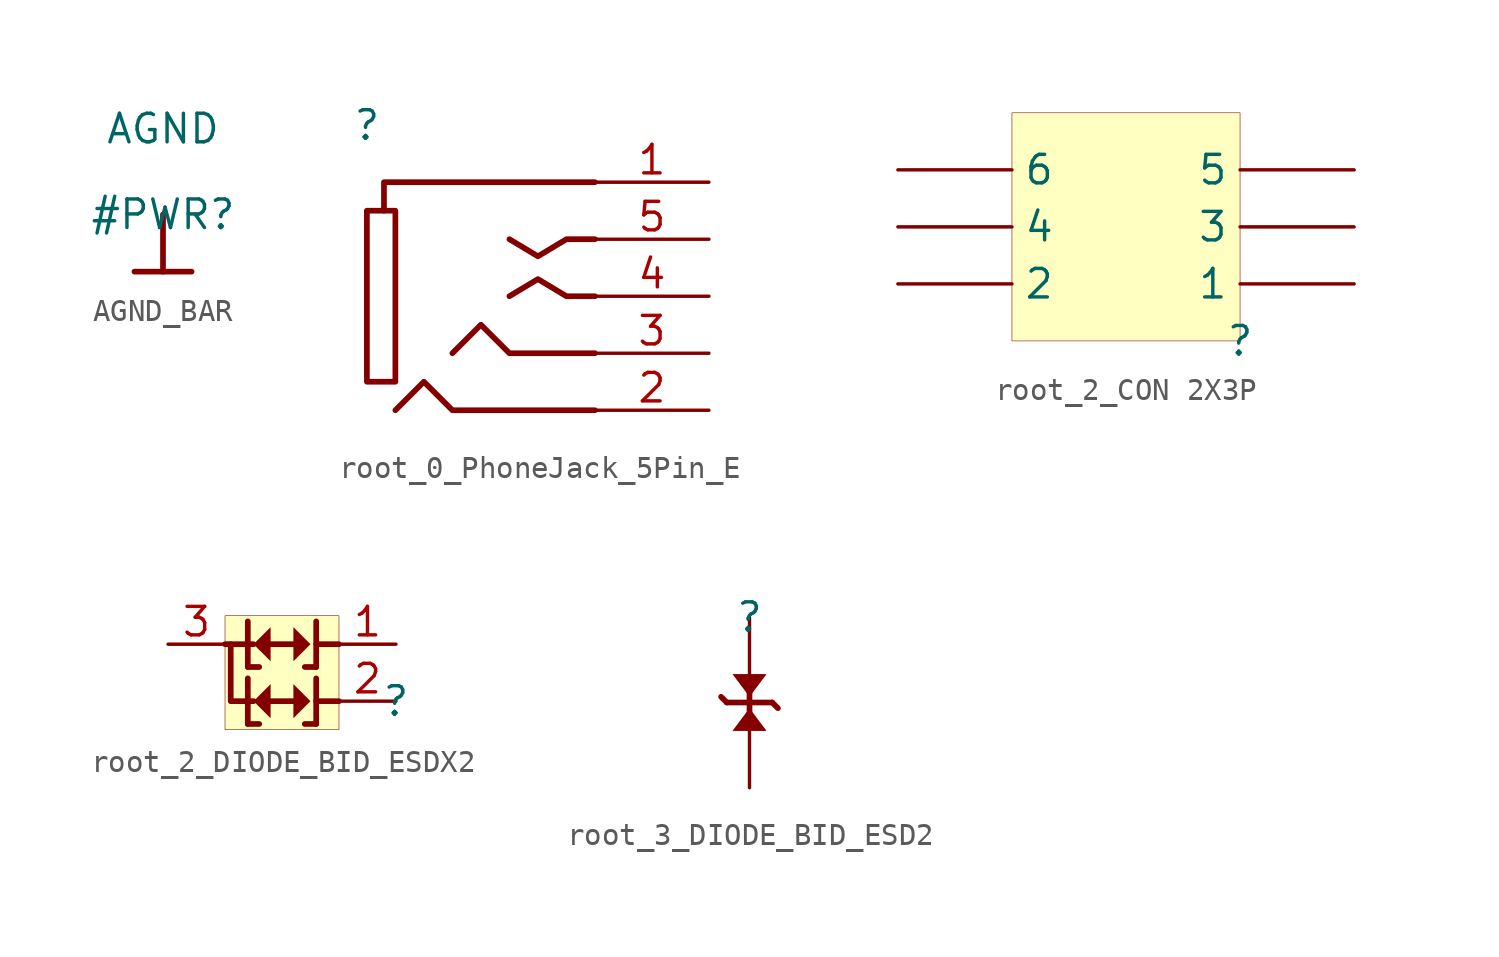
<source format=kicad_sym>
(kicad_symbol_lib
  (version 20231120)
  (generator "kicad_symbol_editor")
  (generator_version "8.0")
  (symbol "AGND_BAR"
    (power)
    (property "Reference" "#PWR"
      (at 0 0 0)
      (effects (font (size 1.27 1.27))))
    (property "Value" "AGND"
      (at 0 3.81 0)
      (effects (font (size 1.27 1.27))))
    (symbol "AGND_BAR_0_0"
      (polyline (pts (xy -1.27 -2.54) (xy 1.27 -2.54)) (stroke (width 0.254) (type solid)) (fill (type none)))
      (polyline (pts (xy 0 0) (xy 0 -2.54)) (stroke (width 0.254) (type solid)) (fill (type none)))
      (pin power_in line (at 0 0 0) (length 0) hide (name "AGND" (effects (font (size 1.27 1.27)))) (number "" (effects (font (size 1.27 1.27)))))))
  (symbol "root_0_PhoneJack_5Pin_E"
    (property "Reference" ""
      (at 0 0 0)
      (effects (font (size 1.27 1.27))))
    (property "Value" ""
      (at 0 0 0)
      (effects (font (size 1.27 1.27))))
    (symbol "root_0_PhoneJack_5Pin_E_1_0"
      (polyline (pts (xy 10.16 -2.54) (xy 0.762 -2.54) (xy 0.762 -3.81)) (stroke (width 0.254) (type solid)) (fill (type none)))
      (polyline (pts (xy 10.16 -12.7) (xy 3.81 -12.7) (xy 2.54 -11.43) (xy 1.27 -12.7)) (stroke (width 0.254) (type solid)) (fill (type none)))
      (polyline (pts (xy 10.16 -10.16) (xy 6.35 -10.16) (xy 5.08 -8.89) (xy 3.81 -10.16)) (stroke (width 0.254) (type solid)) (fill (type none)))
      (polyline (pts (xy 10.16 -7.62) (xy 8.89 -7.62) (xy 7.62 -6.858) (xy 6.35 -7.62)) (stroke (width 0.254) (type solid)) (fill (type none)))
      (polyline (pts (xy 10.16 -5.08) (xy 8.89 -5.08) (xy 7.62 -5.842) (xy 6.35 -5.08)) (stroke (width 0.254) (type solid)) (fill (type none)))
      (polyline (pts (xy 0 -3.81) (xy 0 -11.43) (xy 1.27 -11.43) (xy 1.27 -3.81) (xy 0 -3.81)) (stroke (width 0.254) (type solid)) (fill (type none)))
      (pin passive line (at 15.24 -2.54 180) (length 5.08) (name "1" (effects (font (size 0 0)))) (number "1" (effects (font (size 1.27 1.27)))))
      (pin passive line (at 15.24 -12.7 180) (length 5.08) (name "2" (effects (font (size 0 0)))) (number "2" (effects (font (size 1.27 1.27)))))
      (pin passive line (at 15.24 -10.16 180) (length 5.08) (name "3" (effects (font (size 0 0)))) (number "3" (effects (font (size 1.27 1.27)))))
      (pin passive line (at 15.24 -7.62 180) (length 5.08) (name "4" (effects (font (size 0 0)))) (number "4" (effects (font (size 1.27 1.27)))))
      (pin passive line (at 15.24 -5.08 180) (length 5.08) (name "5" (effects (font (size 0 0)))) (number "5" (effects (font (size 1.27 1.27)))))))
  (symbol "root_2_CON 2X3P"
    (property "Reference" ""
      (at 0 0 0)
      (effects (font (size 1.27 1.27))))
    (property "Value" ""
      (at 0 0 0)
      (effects (font (size 1.27 1.27))))
    (symbol "root_2_CON 2X3P_1_0"
      (rectangle (start 0 10.16) (end -10.16 0) (stroke (width 0.025) (type solid) (color 128 0 0 1)) (fill (type background)))
      (pin passive line (at 5.08 2.54 180) (length 5.08) (name "1" (effects (font (size 1.27 1.27)))) (number "1" (effects (font (size 0 0)))))
      (pin passive line (at -15.24 2.54 0) (length 5.08) (name "2" (effects (font (size 1.27 1.27)))) (number "2" (effects (font (size 0 0)))))
      (pin passive line (at 5.08 5.08 180) (length 5.08) (name "3" (effects (font (size 1.27 1.27)))) (number "3" (effects (font (size 0 0)))))
      (pin passive line (at -15.24 5.08 0) (length 5.08) (name "4" (effects (font (size 1.27 1.27)))) (number "4" (effects (font (size 0 0)))))
      (pin passive line (at 5.08 7.62 180) (length 5.08) (name "5" (effects (font (size 1.27 1.27)))) (number "5" (effects (font (size 0 0)))))
      (pin passive line (at -15.24 7.62 0) (length 5.08) (name "6" (effects (font (size 1.27 1.27)))) (number "6" (effects (font (size 0 0)))))))
  (symbol "root_2_DIODE_BID_ESDX2"
    (property "Reference" ""
      (at 0 0 0)
      (effects (font (size 1.27 1.27))))
    (property "Value" ""
      (at 0 0 0)
      (effects (font (size 1.27 1.27))))
    (symbol "root_2_DIODE_BID_ESDX2_1_0"
      (rectangle (start -2.54 3.81) (end -7.62 -1.27) (stroke (width 0.025) (type solid) (color 128 0 0 1)) (fill (type background)))
      (polyline (pts (xy -7.366 2.54) (xy -7.62 2.54)) (stroke (width 0.254) (type solid)) (fill (type none)))
      (polyline (pts (xy -6.604 -1.016) (xy -6.604 1.016)) (stroke (width 0.254) (type solid)) (fill (type none)))
      (polyline (pts (xy -6.604 -1.016) (xy -6.096 -1.016)) (stroke (width 0.254) (type solid)) (fill (type none)))
      (polyline (pts (xy -6.604 1.524) (xy -6.604 3.556)) (stroke (width 0.254) (type solid)) (fill (type none)))
      (polyline (pts (xy -6.604 1.524) (xy -6.096 1.524)) (stroke (width 0.254) (type solid)) (fill (type none)))
      (polyline (pts (xy -4.572 0) (xy -5.588 0)) (stroke (width 0.254) (type solid)) (fill (type none)))
      (polyline (pts (xy -4.572 2.54) (xy -5.588 2.54)) (stroke (width 0.254) (type solid)) (fill (type none)))
      (polyline (pts (xy -3.556 -1.016) (xy -4.064 -1.016)) (stroke (width 0.254) (type solid)) (fill (type none)))
      (polyline (pts (xy -3.556 -1.016) (xy -3.556 1.016)) (stroke (width 0.254) (type solid)) (fill (type none)))
      (polyline (pts (xy -3.556 0) (xy -2.54 0)) (stroke (width 0.254) (type solid)) (fill (type none)))
      (polyline (pts (xy -3.556 1.524) (xy -4.064 1.524)) (stroke (width 0.254) (type solid)) (fill (type none)))
      (polyline (pts (xy -3.556 1.524) (xy -3.556 3.556)) (stroke (width 0.254) (type solid)) (fill (type none)))
      (polyline (pts (xy -3.556 2.54) (xy -2.54 2.54)) (stroke (width 0.254) (type solid)) (fill (type none)))
      (polyline (pts (xy -6.35 0) (xy -7.366 0) (xy -7.366 2.54) (xy -6.35 2.54)) (stroke (width 0.254) (type solid)) (fill (type none)))
      (polyline (pts (xy -6.35 0) (xy -5.588 -0.762) (xy -5.588 0.762) (xy -6.35 0)) (stroke (width -0.0001) (type solid)) (fill (type outline)))
      (polyline (pts (xy -6.35 2.54) (xy -5.588 1.778) (xy -5.588 3.302) (xy -6.35 2.54)) (stroke (width -0.0001) (type solid)) (fill (type outline)))
      (polyline (pts (xy -3.81 0) (xy -4.572 0.762) (xy -4.572 -0.762) (xy -3.81 0)) (stroke (width -0.0001) (type solid)) (fill (type outline)))
      (polyline (pts (xy -3.81 2.54) (xy -4.572 3.302) (xy -4.572 1.778) (xy -3.81 2.54)) (stroke (width -0.0001) (type solid)) (fill (type outline)))
      (pin passive line (at 0 2.54 180) (length 2.54) (name "1" (effects (font (size 0 0)))) (number "1" (effects (font (size 1.27 1.27)))))
      (pin passive line (at 0 0 180) (length 2.54) (name "2" (effects (font (size 0 0)))) (number "2" (effects (font (size 1.27 1.27)))))
      (pin passive line (at -10.16 2.54 0) (length 2.54) (name "3" (effects (font (size 0 0)))) (number "3" (effects (font (size 1.27 1.27)))))))
  (symbol "root_3_DIODE_BID_ESD2"
    (property "Reference" ""
      (at 0 0 0)
      (effects (font (size 1.27 1.27))))
    (property "Value" ""
      (at 0 0 0)
      (effects (font (size 1.27 1.27))))
    (symbol "root_3_DIODE_BID_ESD2_1_0"
      (polyline (pts (xy -1.016 -3.81) (xy -1.27 -3.556)) (stroke (width 0.254) (type solid)) (fill (type none)))
      (polyline (pts (xy 0 -3.302) (xy 0 -4.318)) (stroke (width 0.254) (type solid)) (fill (type none)))
      (polyline (pts (xy 1.016 -3.81) (xy -1.016 -3.81)) (stroke (width 0.254) (type solid)) (fill (type none)))
      (polyline (pts (xy 1.016 -3.81) (xy 1.27 -4.064)) (stroke (width 0.254) (type solid)) (fill (type none)))
      (polyline (pts (xy 0 -4.064) (xy -0.762 -5.08) (xy 0.762 -5.08) (xy 0 -4.064)) (stroke (width -0.0001) (type solid)) (fill (type outline)))
      (polyline (pts (xy 0 -3.556) (xy 0.762 -2.54) (xy -0.762 -2.54) (xy 0 -3.556)) (stroke (width -0.0001) (type solid)) (fill (type outline)))
      (pin passive line (at 0 0 270) (length 2.54) (name "1" (effects (font (size 0 0)))) (number "1" (effects (font (size 0 0)))))
      (pin passive line (at 0 -7.62 90) (length 2.54) (name "2" (effects (font (size 0 0)))) (number "2" (effects (font (size 0 0))))))))
</source>
